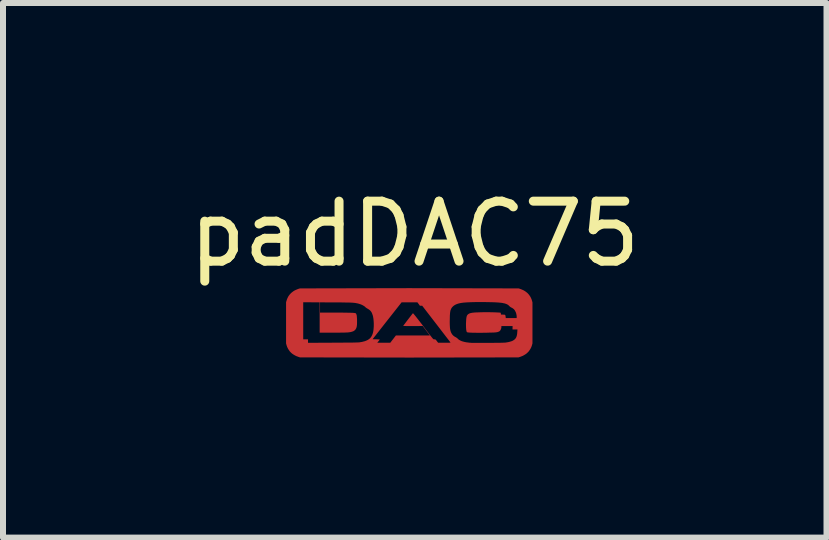
<source format=kicad_pcb>
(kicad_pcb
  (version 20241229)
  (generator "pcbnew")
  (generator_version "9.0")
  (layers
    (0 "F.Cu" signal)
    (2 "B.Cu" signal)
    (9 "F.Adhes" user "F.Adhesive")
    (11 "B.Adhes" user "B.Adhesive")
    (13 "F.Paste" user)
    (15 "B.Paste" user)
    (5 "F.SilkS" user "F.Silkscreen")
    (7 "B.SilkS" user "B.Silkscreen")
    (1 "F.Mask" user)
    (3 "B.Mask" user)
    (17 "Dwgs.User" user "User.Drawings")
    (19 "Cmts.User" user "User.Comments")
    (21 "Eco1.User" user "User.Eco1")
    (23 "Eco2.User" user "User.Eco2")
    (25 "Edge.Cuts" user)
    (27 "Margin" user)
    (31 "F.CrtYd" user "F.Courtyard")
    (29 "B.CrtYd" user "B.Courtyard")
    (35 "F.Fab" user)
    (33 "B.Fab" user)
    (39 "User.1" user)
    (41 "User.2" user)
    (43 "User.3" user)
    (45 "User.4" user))
  (footprint "padDAC75"
    (layer "F.Cu")
    (at 3.76 2.313)
    (property "Reference" "padDAC75" (at 0.103 -1.465 0) (unlocked yes) (layer "F.SilkS") (effects (font (size 1 1) (thickness 0.15))))
    (attr smd)
    (fp_poly (pts (xy -0.6 0.291) (xy -0.6 0.291) (xy -0.6 0.291)) (stroke (width -0.000001) (type solid)) (fill yes) (layer "F.Mask"))
    (fp_poly (pts (xy 0.017 -0.322) (xy 0.152 -0.321) (xy 0.389 -0.014) (xy 0.626 0.293) (xy 0.626 0.294) (xy 0.624 0.294) (xy 0.618 0.294) (xy 0.595 0.294) (xy 0.56 0.295) (xy 0.519 0.295) (xy 0.411 0.295) (xy 0.363 0.234) (xy 0.316 0.173) (xy 0.015 0.173) (xy -0.286 0.173) (xy -0.334 0.234) (xy -0.381 0.295) (xy -0.491 0.295) (xy -0.534 0.294) (xy -0.569 0.294) (xy -0.582 0.293) (xy -0.592 0.293) (xy -0.598 0.292) (xy -0.599 0.292) (xy -0.6 0.291) (xy -0.581 0.266) (xy -0.529 0.199) (xy -0.427 0.07) (xy -0.207 0.07) (xy -0.207 0.07) (xy -0.207 0.07) (xy -0.204 0.071) (xy -0.2 0.071) (xy -0.194 0.071) (xy -0.177 0.072) (xy -0.153 0.073) (xy -0.121 0.073) (xy -0.083 0.073) (xy 0.017 0.074) (xy 0.242 0.074) (xy 0.232 0.059) (xy 0.017 -0.217) (xy 0.014 -0.214) (xy 0.006 -0.206) (xy -0.019 -0.175) (xy -0.095 -0.079) (xy -0.171 0.02) (xy -0.197 0.054) (xy -0.207 0.07) (xy -0.427 0.07) (xy -0.359 -0.017) (xy -0.119 -0.323)) (stroke (width -0.000001) (type solid)) (fill yes) (layer "F.Mask"))
    (fp_poly (pts (xy -1.339 -0.321) (xy -1.118 -0.32) (xy -0.987 -0.319) (xy -0.919 -0.317) (xy -0.9 -0.315) (xy -0.886 -0.314) (xy -0.866 -0.31) (xy -0.846 -0.306) (xy -0.828 -0.301) (xy -0.811 -0.296) (xy -0.796 -0.291) (xy -0.781 -0.285) (xy -0.768 -0.279) (xy -0.755 -0.273) (xy -0.744 -0.265) (xy -0.733 -0.258) (xy -0.723 -0.25) (xy -0.715 -0.241) (xy -0.707 -0.232) (xy -0.699 -0.222) (xy -0.693 -0.211) (xy -0.687 -0.2) (xy -0.683 -0.191) (xy -0.679 -0.183) (xy -0.676 -0.175) (xy -0.673 -0.166) (xy -0.67 -0.158) (xy -0.668 -0.149) (xy -0.666 -0.139) (xy -0.665 -0.129) (xy -0.663 -0.119) (xy -0.662 -0.107) (xy -0.661 -0.094) (xy -0.661 -0.08) (xy -0.66 -0.065) (xy -0.66 -0.048) (xy -0.66 -0.01) (xy -0.66 0.04) (xy -0.66 0.059) (xy -0.661 0.075) (xy -0.662 0.087) (xy -0.663 0.098) (xy -0.665 0.108) (xy -0.667 0.117) (xy -0.67 0.132) (xy -0.675 0.146) (xy -0.68 0.159) (xy -0.685 0.172) (xy -0.691 0.183) (xy -0.698 0.195) (xy -0.706 0.205) (xy -0.714 0.215) (xy -0.722 0.224) (xy -0.732 0.232) (xy -0.742 0.24) (xy -0.753 0.247) (xy -0.764 0.253) (xy -0.777 0.259) (xy -0.79 0.265) (xy -0.803 0.269) (xy -0.828 0.277) (xy -0.839 0.28) (xy -0.845 0.282) (xy -0.85 0.283) (xy -0.857 0.284) (xy -0.863 0.285) (xy -0.87 0.286) (xy -0.878 0.287) (xy -0.887 0.288) (xy -0.896 0.288) (xy -0.918 0.29) (xy -0.944 0.291) (xy -0.976 0.291) (xy -1.014 0.292) (xy -1.059 0.292) (xy -1.174 0.293) (xy -1.327 0.294) (xy -1.755 0.295) (xy -1.755 -0.014) (xy -1.755 -0.205) (xy -1.561 -0.205) (xy -1.561 0.181) (xy -1.274 0.179) (xy -1.109 0.179) (xy -1.021 0.177) (xy -0.996 0.176) (xy -0.979 0.175) (xy -0.967 0.172) (xy -0.957 0.17) (xy -0.943 0.165) (xy -0.936 0.163) (xy -0.93 0.161) (xy -0.924 0.158) (xy -0.918 0.155) (xy -0.913 0.152) (xy -0.908 0.149) (xy -0.903 0.146) (xy -0.899 0.143) (xy -0.895 0.139) (xy -0.891 0.135) (xy -0.887 0.131) (xy -0.884 0.127) (xy -0.881 0.122) (xy -0.878 0.117) (xy -0.875 0.112) (xy -0.873 0.107) (xy -0.87 0.101) (xy -0.868 0.095) (xy -0.867 0.088) (xy -0.865 0.082) (xy -0.864 0.075) (xy -0.862 0.067) (xy -0.861 0.059) (xy -0.86 0.051) (xy -0.859 0.033) (xy -0.858 0.013) (xy -0.858 -0.008) (xy -0.859 -0.031) (xy -0.859 -0.051) (xy -0.861 -0.07) (xy -0.863 -0.087) (xy -0.866 -0.103) (xy -0.869 -0.117) (xy -0.874 -0.129) (xy -0.876 -0.135) (xy -0.879 -0.14) (xy -0.882 -0.146) (xy -0.885 -0.15) (xy -0.888 -0.155) (xy -0.892 -0.159) (xy -0.896 -0.163) (xy -0.9 -0.167) (xy -0.904 -0.171) (xy -0.909 -0.174) (xy -0.919 -0.181) (xy -0.931 -0.186) (xy -0.944 -0.191) (xy -0.958 -0.196) (xy -0.962 -0.197) (xy -0.966 -0.198) (xy -0.971 -0.199) (xy -0.978 -0.199) (xy -0.986 -0.2) (xy -0.997 -0.2) (xy -1.009 -0.201) (xy -1.024 -0.201) (xy -1.041 -0.202) (xy -1.062 -0.202) (xy -1.114 -0.203) (xy -1.183 -0.203) (xy -1.27 -0.204) (xy -1.561 -0.205) (xy -1.755 -0.205) (xy -1.755 -0.323)) (stroke (width -0.000001) (type solid)) (fill yes) (layer "F.Mask"))
    (fp_poly (pts (xy 1.358 -0.328) (xy 1.432 -0.326) (xy 1.491 -0.322) (xy 1.522 -0.32) (xy 1.55 -0.316) (xy 1.575 -0.311) (xy 1.599 -0.306) (xy 1.62 -0.299) (xy 1.638 -0.292) (xy 1.647 -0.287) (xy 1.655 -0.283) (xy 1.663 -0.278) (xy 1.67 -0.273) (xy 1.676 -0.268) (xy 1.682 -0.262) (xy 1.688 -0.256) (xy 1.693 -0.25) (xy 1.698 -0.243) (xy 1.702 -0.236) (xy 1.706 -0.228) (xy 1.71 -0.22) (xy 1.713 -0.212) (xy 1.716 -0.204) (xy 1.72 -0.185) (xy 1.723 -0.165) (xy 1.724 -0.143) (xy 1.725 -0.115) (xy 1.631 -0.114) (xy 1.537 -0.113) (xy 1.537 -0.13) (xy 1.537 -0.134) (xy 1.536 -0.138) (xy 1.536 -0.143) (xy 1.535 -0.147) (xy 1.534 -0.151) (xy 1.533 -0.155) (xy 1.532 -0.159) (xy 1.53 -0.162) (xy 1.529 -0.166) (xy 1.527 -0.17) (xy 1.525 -0.173) (xy 1.523 -0.176) (xy 1.521 -0.179) (xy 1.519 -0.181) (xy 1.517 -0.183) (xy 1.514 -0.185) (xy 1.512 -0.187) (xy 1.508 -0.189) (xy 1.505 -0.191) (xy 1.502 -0.192) (xy 1.494 -0.195) (xy 1.485 -0.198) (xy 1.474 -0.201) (xy 1.462 -0.203) (xy 1.448 -0.205) (xy 1.433 -0.206) (xy 1.415 -0.208) (xy 1.396 -0.209) (xy 1.374 -0.21) (xy 1.35 -0.211) (xy 1.323 -0.211) (xy 1.294 -0.212) (xy 1.226 -0.212) (xy 1.149 -0.212) (xy 1.086 -0.21) (xy 1.036 -0.208) (xy 0.996 -0.205) (xy 0.98 -0.202) (xy 0.965 -0.2) (xy 0.953 -0.197) (xy 0.942 -0.193) (xy 0.933 -0.189) (xy 0.925 -0.185) (xy 0.918 -0.18) (xy 0.911 -0.174) (xy 0.907 -0.17) (xy 0.905 -0.167) (xy 0.903 -0.165) (xy 0.901 -0.163) (xy 0.9 -0.16) (xy 0.898 -0.158) (xy 0.897 -0.155) (xy 0.895 -0.153) (xy 0.894 -0.15) (xy 0.893 -0.147) (xy 0.892 -0.144) (xy 0.891 -0.14) (xy 0.89 -0.137) (xy 0.889 -0.133) (xy 0.888 -0.129) (xy 0.887 -0.125) (xy 0.887 -0.12) (xy 0.886 -0.115) (xy 0.886 -0.11) (xy 0.885 -0.099) (xy 0.884 -0.086) (xy 0.884 -0.071) (xy 0.884 -0.055) (xy 0.883 -0.036) (xy 0.883 -0.016) (xy 0.884 0.024) (xy 0.884 0.055) (xy 0.885 0.068) (xy 0.886 0.079) (xy 0.887 0.089) (xy 0.888 0.098) (xy 0.89 0.106) (xy 0.892 0.113) (xy 0.895 0.119) (xy 0.897 0.125) (xy 0.901 0.13) (xy 0.904 0.135) (xy 0.909 0.14) (xy 0.913 0.145) (xy 0.916 0.147) (xy 0.92 0.15) (xy 0.923 0.153) (xy 0.926 0.155) (xy 0.93 0.158) (xy 0.934 0.16) (xy 0.938 0.162) (xy 0.943 0.164) (xy 0.948 0.166) (xy 0.953 0.168) (xy 0.958 0.17) (xy 0.964 0.171) (xy 0.97 0.173) (xy 0.976 0.174) (xy 0.99 0.176) (xy 1.006 0.178) (xy 1.024 0.18) (xy 1.044 0.181) (xy 1.066 0.182) (xy 1.09 0.183) (xy 1.117 0.184) (xy 1.146 0.184) (xy 1.179 0.184) (xy 1.292 0.183) (xy 1.383 0.18) (xy 1.419 0.178) (xy 1.448 0.176) (xy 1.469 0.174) (xy 1.482 0.171) (xy 1.49 0.169) (xy 1.497 0.166) (xy 1.503 0.163) (xy 1.509 0.16) (xy 1.512 0.158) (xy 1.514 0.156) (xy 1.517 0.155) (xy 1.519 0.153) (xy 1.522 0.151) (xy 1.524 0.149) (xy 1.526 0.147) (xy 1.528 0.145) (xy 1.529 0.142) (xy 1.531 0.14) (xy 1.533 0.137) (xy 1.534 0.135) (xy 1.535 0.132) (xy 1.537 0.13) (xy 1.538 0.127) (xy 1.539 0.124) (xy 1.54 0.121) (xy 1.54 0.118) (xy 1.542 0.111) (xy 1.543 0.104) (xy 1.544 0.096) (xy 1.545 0.07) (xy 1.735 0.07) (xy 1.735 0.107) (xy 1.735 0.12) (xy 1.734 0.131) (xy 1.733 0.143) (xy 1.732 0.153) (xy 1.731 0.163) (xy 1.729 0.173) (xy 1.726 0.182) (xy 1.724 0.191) (xy 1.721 0.199) (xy 1.717 0.206) (xy 1.713 0.213) (xy 1.709 0.22) (xy 1.704 0.226) (xy 1.699 0.232) (xy 1.694 0.238) (xy 1.688 0.243) (xy 1.681 0.248) (xy 1.674 0.253) (xy 1.667 0.258) (xy 1.659 0.262) (xy 1.651 0.266) (xy 1.642 0.27) (xy 1.633 0.273) (xy 1.623 0.276) (xy 1.613 0.279) (xy 1.602 0.282) (xy 1.59 0.285) (xy 1.578 0.287) (xy 1.565 0.289) (xy 1.551 0.291) (xy 1.537 0.293) (xy 1.522 0.295) (xy 1.489 0.297) (xy 1.433 0.298) (xy 1.28 0.3) (xy 1.118 0.3) (xy 1.05 0.3) (xy 1 0.299) (xy 1 0.299) (xy 0.96 0.297) (xy 0.925 0.294) (xy 0.896 0.291) (xy 0.882 0.29) (xy 0.869 0.288) (xy 0.858 0.285) (xy 0.846 0.283) (xy 0.836 0.28) (xy 0.826 0.277) (xy 0.816 0.274) (xy 0.806 0.27) (xy 0.797 0.266) (xy 0.787 0.262) (xy 0.779 0.258) (xy 0.771 0.253) (xy 0.763 0.248) (xy 0.756 0.242) (xy 0.749 0.237) (xy 0.742 0.231) (xy 0.736 0.224) (xy 0.73 0.217) (xy 0.724 0.21) (xy 0.719 0.203) (xy 0.714 0.195) (xy 0.71 0.187) (xy 0.706 0.179) (xy 0.703 0.17) (xy 0.7 0.161) (xy 0.697 0.152) (xy 0.694 0.14) (xy 0.692 0.125) (xy 0.69 0.108) (xy 0.688 0.088) (xy 0.686 0.045) (xy 0.684 -0.002) (xy 0.684 -0.049) (xy 0.686 -0.094) (xy 0.689 -0.132) (xy 0.69 -0.149) (xy 0.693 -0.163) (xy 0.694 -0.17) (xy 0.696 -0.177) (xy 0.698 -0.184) (xy 0.701 -0.191) (xy 0.703 -0.199) (xy 0.706 -0.206) (xy 0.709 -0.212) (xy 0.712 -0.219) (xy 0.716 -0.225) (xy 0.719 -0.231) (xy 0.723 -0.237) (xy 0.726 -0.243) (xy 0.73 -0.248) (xy 0.734 -0.252) (xy 0.738 -0.256) (xy 0.742 -0.26) (xy 0.748 -0.265) (xy 0.755 -0.27) (xy 0.763 -0.275) (xy 0.771 -0.28) (xy 0.78 -0.284) (xy 0.789 -0.289) (xy 0.799 -0.293) (xy 0.81 -0.297) (xy 0.82 -0.3) (xy 0.831 -0.304) (xy 0.843 -0.307) (xy 0.855 -0.31) (xy 0.867 -0.313) (xy 0.879 -0.315) (xy 0.892 -0.317) (xy 0.904 -0.319) (xy 0.952 -0.323) (xy 1.019 -0.326) (xy 1.098 -0.328) (xy 1.185 -0.329) (xy 1.273 -0.329)) (stroke (width -0.000001) (type solid)) (fill yes) (layer "F.Mask"))
    (fp_poly (pts (xy -1.6 -0.127) (xy 1.6 -0.127) (xy 1.6 0.152) (xy -1.6 0.152)) (stroke (width 0.4) (type solid)) (fill yes) (layer "B.Mask"))
    (pad "1" smd rect (at -1.905 -0.127) (size 0.12 0.06) (layers "F.Cu" "F.Mask" "F.Paste"))
    (pad "1" smd rect (at -1.905 0.254) (size 0.12 0.06) (layers "F.Cu" "F.Mask" "F.Paste"))
    (pad "1" smd custom (at 0 0.406) (size 0.051 0.051) (layers "F.Cu" "F.Mask" "F.Paste") (options (anchor circle)) (primitives (gr_poly (pts (xy -0.064 -0.013) (xy -0.063 -0.018) (xy -0.06 -0.022) (xy -0.056 -0.024) (xy -0.051 -0.025) (xy 0.051 -0.025) (xy 0.056 -0.024) (xy 0.06 -0.022) (xy 0.063 -0.018) (xy 0.064 -0.013) (xy 0.064 0.013) (xy 0.063 0.018) (xy 0.06 0.022) (xy 0.056 0.024) (xy 0.051 0.025) (xy -0.051 0.025) (xy -0.056 0.024) (xy -0.06 0.022) (xy -0.063 0.018) (xy -0.064 0.013)) (width 0) (fill yes)) (gr_poly (pts (xy 1.832 -0.962) (xy 1.836 -0.961) (xy 1.841 -0.96) (xy 1.847 -0.958) (xy 1.854 -0.956) (xy 1.861 -0.953) (xy 1.868 -0.951) (xy 1.876 -0.948) (xy 1.883 -0.945) (xy 1.899 -0.938) (xy 1.915 -0.931) (xy 1.929 -0.923) (xy 1.944 -0.914) (xy 1.957 -0.904) (xy 1.97 -0.894) (xy 1.982 -0.884) (xy 1.993 -0.872) (xy 2.004 -0.86) (xy 2.013 -0.848) (xy 2.022 -0.835) (xy 2.031 -0.821) (xy 2.038 -0.807) (xy 2.045 -0.792) (xy 2.051 -0.777) (xy 2.056 -0.761) (xy 2.065 -0.729) (xy 2.065 -0.045) (xy 2.056 -0.013) (xy 2.051 0.002) (xy 2.045 0.018) (xy 2.038 0.032) (xy 2.031 0.046) (xy 2.022 0.06) (xy 2.013 0.073) (xy 2.004 0.086) (xy 1.993 0.098) (xy 1.982 0.109) (xy 1.97 0.12) (xy 1.957 0.13) (xy 1.944 0.139) (xy 1.929 0.148) (xy 1.915 0.156) (xy 1.899 0.164) (xy 1.883 0.17) (xy 1.876 0.173) (xy 1.868 0.176) (xy 1.854 0.181) (xy 1.847 0.183) (xy 1.841 0.185) (xy 1.836 0.187) (xy 1.832 0.188) (xy 0.011 0.191) (xy -1.811 0.188) (xy -1.811 0.188) (xy -1.814 0.187) (xy -1.819 0.185) (xy -1.824 0.183) (xy -1.831 0.181) (xy -1.838 0.179) (xy -1.845 0.176) (xy -1.853 0.173) (xy -1.86 0.171) (xy -1.876 0.164) (xy -1.892 0.156) (xy -1.906 0.148) (xy -1.921 0.139) (xy -1.934 0.13) (xy -1.947 0.12) (xy -1.959 0.109) (xy -1.97 0.098) (xy -1.981 0.086) (xy -1.99 0.073) (xy -1.999 0.06) (xy -2.008 0.046) (xy -2.015 0.032) (xy -2.022 0.018) (xy -2.028 0.002) (xy -2.033 -0.013) (xy -2.042 -0.045) (xy -2.042 -0.729) (xy -2.042 -0.731) (xy -1.756 -0.731) (xy -1.756 -0.113) (xy -1.676 -0.113) (xy -1.676 -0.055) (xy -1.262 -0.057) (xy -0.937 -0.059) (xy -0.854 -0.061) (xy -0.817 -0.063) (xy -0.817 -0.063) (xy -0.796 -0.067) (xy -0.776 -0.07) (xy -0.758 -0.075) (xy -0.741 -0.079) (xy -0.724 -0.084) (xy -0.709 -0.09) (xy -0.695 -0.096) (xy -0.682 -0.102) (xy -0.671 -0.109) (xy -0.662 -0.115) (xy -0.6 -0.115) (xy -0.54 -0.114) (xy -0.517 -0.113) (xy -0.498 -0.112) (xy -0.49 -0.112) (xy -0.485 -0.111) (xy -0.481 -0.111) (xy -0.48 -0.111) (xy -0.48 -0.111) (xy -0.48 -0.11) (xy -0.48 -0.11) (xy -0.48 -0.109) (xy -0.481 -0.109) (xy -0.482 -0.108) (xy -0.484 -0.105) (xy -0.486 -0.101) (xy -0.489 -0.097) (xy -0.493 -0.092) (xy -0.497 -0.087) (xy -0.501 -0.082) (xy -0.522 -0.056) (xy -0.305 -0.056) (xy -0.258 -0.117) (xy -0.211 -0.178) (xy 0.075 -0.178) (xy 0.362 -0.178) (xy 0.388 -0.145) (xy 0.396 -0.135) (xy 0.4 -0.131) (xy 0.403 -0.127) (xy 0.405 -0.124) (xy 0.408 -0.121) (xy 0.41 -0.119) (xy 0.412 -0.117) (xy 0.414 -0.116) (xy 0.415 -0.115) (xy 0.416 -0.115) (xy 0.417 -0.114) (xy 0.418 -0.114) (xy 0.42 -0.114) (xy 0.423 -0.113) (xy 0.425 -0.113) (xy 0.431 -0.113) (xy 0.434 -0.113) (xy 0.437 -0.113) (xy 0.439 -0.113) (xy 0.44 -0.113) (xy 0.441 -0.113) (xy 0.442 -0.112) (xy 0.443 -0.112) (xy 0.444 -0.112) (xy 0.445 -0.111) (xy 0.446 -0.111) (xy 0.447 -0.111) (xy 0.448 -0.11) (xy 0.449 -0.109) (xy 0.45 -0.109) (xy 0.451 -0.108) (xy 0.452 -0.107) (xy 0.453 -0.106) (xy 0.454 -0.105) (xy 0.455 -0.104) (xy 0.458 -0.101) (xy 0.461 -0.098) (xy 0.464 -0.094) (xy 0.471 -0.084) (xy 0.493 -0.056) (xy 0.597 -0.056) (xy 0.651 -0.056) (xy 0.669 -0.056) (xy 0.682 -0.057) (xy 0.691 -0.058) (xy 0.696 -0.058) (xy 0.698 -0.059) (xy 0.698 -0.06) (xy 0.699 -0.06) (xy 0.698 -0.061) (xy 0.679 -0.087) (xy 0.627 -0.154) (xy 0.461 -0.37) (xy 0.437 -0.401) (xy 0.686 -0.401) (xy 0.687 -0.357) (xy 0.688 -0.337) (xy 0.689 -0.32) (xy 0.69 -0.303) (xy 0.692 -0.288) (xy 0.694 -0.275) (xy 0.697 -0.262) (xy 0.7 -0.25) (xy 0.704 -0.239) (xy 0.708 -0.229) (xy 0.712 -0.22) (xy 0.717 -0.211) (xy 0.723 -0.202) (xy 0.726 -0.198) (xy 0.728 -0.194) (xy 0.731 -0.19) (xy 0.735 -0.186) (xy 0.738 -0.183) (xy 0.741 -0.179) (xy 0.745 -0.176) (xy 0.748 -0.173) (xy 0.752 -0.17) (xy 0.756 -0.167) (xy 0.76 -0.164) (xy 0.764 -0.161) (xy 0.769 -0.158) (xy 0.774 -0.155) (xy 0.779 -0.152) (xy 0.784 -0.15) (xy 0.786 -0.149) (xy 0.788 -0.147) (xy 0.791 -0.146) (xy 0.793 -0.144) (xy 0.798 -0.141) (xy 0.803 -0.138) (xy 0.808 -0.134) (xy 0.813 -0.13) (xy 0.815 -0.128) (xy 0.817 -0.126) (xy 0.819 -0.125) (xy 0.821 -0.123) (xy 0.829 -0.115) (xy 0.837 -0.108) (xy 0.847 -0.102) (xy 0.858 -0.096) (xy 0.869 -0.09) (xy 0.881 -0.085) (xy 0.894 -0.08) (xy 0.909 -0.076) (xy 0.923 -0.072) (xy 0.939 -0.068) (xy 0.956 -0.065) (xy 0.974 -0.062) (xy 0.993 -0.06) (xy 1.013 -0.057) (xy 1.034 -0.056) (xy 1.055 -0.054) (xy 1.085 -0.054) (xy 1.147 -0.054) (xy 1.334 -0.054) (xy 1.464 -0.055) (xy 1.547 -0.056) (xy 1.598 -0.058) (xy 1.615 -0.059) (xy 1.629 -0.061) (xy 1.629 -0.061) (xy 1.629 -0.061) (xy 1.647 -0.064) (xy 1.664 -0.067) (xy 1.68 -0.071) (xy 1.695 -0.075) (xy 1.708 -0.079) (xy 1.72 -0.083) (xy 1.726 -0.085) (xy 1.731 -0.088) (xy 1.736 -0.09) (xy 1.74 -0.093) (xy 1.749 -0.098) (xy 1.754 -0.101) (xy 1.758 -0.104) (xy 1.762 -0.107) (xy 1.765 -0.11) (xy 1.769 -0.113) (xy 1.772 -0.116) (xy 1.775 -0.119) (xy 1.778 -0.122) (xy 1.781 -0.126) (xy 1.784 -0.129) (xy 1.786 -0.133) (xy 1.789 -0.137) (xy 1.791 -0.141) (xy 1.793 -0.145) (xy 1.795 -0.149) (xy 1.797 -0.153) (xy 1.799 -0.158) (xy 1.8 -0.163) (xy 1.802 -0.167) (xy 1.803 -0.173) (xy 1.805 -0.178) (xy 1.806 -0.183) (xy 1.807 -0.189) (xy 1.808 -0.195) (xy 1.81 -0.208) (xy 1.811 -0.221) (xy 1.812 -0.236) (xy 1.815 -0.277) (xy 1.773 -0.277) (xy 1.732 -0.277) (xy 1.733 -0.305) (xy 1.734 -0.334) (xy 1.547 -0.334) (xy 1.547 -0.322) (xy 1.547 -0.315) (xy 1.546 -0.309) (xy 1.545 -0.303) (xy 1.544 -0.297) (xy 1.542 -0.291) (xy 1.54 -0.285) (xy 1.538 -0.28) (xy 1.536 -0.275) (xy 1.533 -0.27) (xy 1.531 -0.265) (xy 1.527 -0.261) (xy 1.524 -0.257) (xy 1.521 -0.253) (xy 1.517 -0.25) (xy 1.513 -0.247) (xy 1.509 -0.244) (xy 1.503 -0.242) (xy 1.497 -0.239) (xy 1.491 -0.237) (xy 1.488 -0.236) (xy 1.485 -0.235) (xy 1.482 -0.234) (xy 1.478 -0.233) (xy 1.47 -0.232) (xy 1.461 -0.23) (xy 1.451 -0.229) (xy 1.439 -0.228) (xy 1.426 -0.227) (xy 1.41 -0.226) (xy 1.392 -0.226) (xy 1.371 -0.225) (xy 1.348 -0.225) (xy 1.292 -0.223) (xy 1.178 -0.222) (xy 1.082 -0.223) (xy 1.044 -0.224) (xy 1.013 -0.226) (xy 0.991 -0.228) (xy 0.983 -0.229) (xy 0.978 -0.231) (xy 0.978 -0.231) (xy 0.977 -0.231) (xy 0.976 -0.232) (xy 0.976 -0.232) (xy 0.975 -0.232) (xy 0.974 -0.233) (xy 0.974 -0.233) (xy 0.973 -0.233) (xy 0.973 -0.234) (xy 0.972 -0.234) (xy 0.972 -0.235) (xy 0.971 -0.235) (xy 0.971 -0.236) (xy 0.97 -0.236) (xy 0.97 -0.237) (xy 0.97 -0.238) (xy 0.969 -0.238) (xy 0.969 -0.239) (xy 0.968 -0.24) (xy 0.968 -0.241) (xy 0.968 -0.242) (xy 0.967 -0.243) (xy 0.967 -0.244) (xy 0.967 -0.245) (xy 0.966 -0.247) (xy 0.965 -0.249) (xy 0.965 -0.252) (xy 0.964 -0.255) (xy 0.962 -0.266) (xy 0.96 -0.279) (xy 0.959 -0.293) (xy 0.958 -0.309) (xy 0.957 -0.344) (xy 0.957 -0.381) (xy 0.959 -0.418) (xy 0.961 -0.451) (xy 0.963 -0.466) (xy 0.965 -0.479) (xy 0.967 -0.49) (xy 0.97 -0.498) (xy 0.971 -0.502) (xy 0.972 -0.505) (xy 0.974 -0.508) (xy 0.975 -0.511) (xy 0.977 -0.514) (xy 0.979 -0.517) (xy 0.981 -0.519) (xy 0.983 -0.522) (xy 0.985 -0.524) (xy 0.987 -0.527) (xy 0.99 -0.529) (xy 0.992 -0.531) (xy 0.995 -0.533) (xy 0.998 -0.535) (xy 1.001 -0.537) (xy 1.005 -0.539) (xy 1.008 -0.541) (xy 1.011 -0.543) (xy 1.015 -0.544) (xy 1.019 -0.546) (xy 1.023 -0.547) (xy 1.027 -0.549) (xy 1.032 -0.55) (xy 1.036 -0.551) (xy 1.041 -0.552) (xy 1.046 -0.553) (xy 1.057 -0.555) (xy 1.068 -0.557) (xy 1.08 -0.558) (xy 1.109 -0.561) (xy 1.148 -0.562) (xy 1.195 -0.564) (xy 1.245 -0.565) (xy 1.298 -0.565) (xy 1.35 -0.565) (xy 1.398 -0.564) (xy 1.44 -0.563) (xy 1.476 -0.561) (xy 1.506 -0.56) (xy 1.526 -0.558) (xy 1.532 -0.558) (xy 1.534 -0.557) (xy 1.534 -0.557) (xy 1.534 -0.557) (xy 1.535 -0.557) (xy 1.535 -0.556) (xy 1.535 -0.555) (xy 1.535 -0.555) (xy 1.536 -0.554) (xy 1.536 -0.553) (xy 1.536 -0.552) (xy 1.537 -0.549) (xy 1.537 -0.546) (xy 1.538 -0.543) (xy 1.538 -0.54) (xy 1.54 -0.525) (xy 1.574 -0.525) (xy 1.587 -0.524) (xy 1.592 -0.524) (xy 1.596 -0.524) (xy 1.598 -0.524) (xy 1.6 -0.523) (xy 1.602 -0.523) (xy 1.604 -0.523) (xy 1.605 -0.522) (xy 1.606 -0.521) (xy 1.607 -0.521) (xy 1.608 -0.52) (xy 1.609 -0.519) (xy 1.61 -0.518) (xy 1.611 -0.517) (xy 1.612 -0.515) (xy 1.613 -0.514) (xy 1.613 -0.512) (xy 1.614 -0.51) (xy 1.614 -0.509) (xy 1.615 -0.504) (xy 1.616 -0.499) (xy 1.618 -0.487) (xy 1.62 -0.467) (xy 1.802 -0.467) (xy 1.802 -0.487) (xy 1.802 -0.497) (xy 1.801 -0.506) (xy 1.8 -0.516) (xy 1.798 -0.525) (xy 1.796 -0.534) (xy 1.794 -0.544) (xy 1.791 -0.553) (xy 1.788 -0.562) (xy 1.784 -0.57) (xy 1.78 -0.578) (xy 1.776 -0.586) (xy 1.772 -0.594) (xy 1.767 -0.601) (xy 1.762 -0.607) (xy 1.757 -0.613) (xy 1.752 -0.618) (xy 1.75 -0.62) (xy 1.748 -0.621) (xy 1.746 -0.623) (xy 1.744 -0.624) (xy 1.739 -0.628) (xy 1.735 -0.631) (xy 1.73 -0.634) (xy 1.724 -0.637) (xy 1.722 -0.638) (xy 1.72 -0.64) (xy 1.717 -0.641) (xy 1.715 -0.642) (xy 1.713 -0.643) (xy 1.71 -0.644) (xy 1.708 -0.645) (xy 1.706 -0.647) (xy 1.703 -0.648) (xy 1.701 -0.65) (xy 1.698 -0.651) (xy 1.696 -0.653) (xy 1.694 -0.655) (xy 1.692 -0.656) (xy 1.689 -0.658) (xy 1.687 -0.66) (xy 1.686 -0.661) (xy 1.684 -0.663) (xy 1.682 -0.665) (xy 1.681 -0.666) (xy 1.676 -0.671) (xy 1.671 -0.676) (xy 1.666 -0.68) (xy 1.661 -0.685) (xy 1.655 -0.689) (xy 1.648 -0.693) (xy 1.642 -0.696) (xy 1.634 -0.7) (xy 1.626 -0.703) (xy 1.618 -0.706) (xy 1.609 -0.709) (xy 1.599 -0.712) (xy 1.589 -0.714) (xy 1.578 -0.716) (xy 1.566 -0.719) (xy 1.553 -0.721) (xy 1.525 -0.724) (xy 1.494 -0.727) (xy 1.459 -0.729) (xy 1.42 -0.731) (xy 1.376 -0.732) (xy 1.328 -0.733) (xy 1.274 -0.734) (xy 1.215 -0.734) (xy 1.118 -0.734) (xy 1.037 -0.732) (xy 0.971 -0.729) (xy 0.917 -0.725) (xy 0.894 -0.722) (xy 0.873 -0.719) (xy 0.854 -0.715) (xy 0.836 -0.711) (xy 0.82 -0.706) (xy 0.805 -0.701) (xy 0.79 -0.695) (xy 0.776 -0.688) (xy 0.771 -0.685) (xy 0.766 -0.682) (xy 0.762 -0.679) (xy 0.757 -0.676) (xy 0.752 -0.672) (xy 0.748 -0.669) (xy 0.743 -0.665) (xy 0.739 -0.661) (xy 0.735 -0.657) (xy 0.731 -0.653) (xy 0.727 -0.649) (xy 0.724 -0.644) (xy 0.72 -0.64) (xy 0.717 -0.636) (xy 0.715 -0.632) (xy 0.712 -0.627) (xy 0.709 -0.62) (xy 0.706 -0.613) (xy 0.703 -0.606) (xy 0.7 -0.599) (xy 0.698 -0.592) (xy 0.696 -0.584) (xy 0.695 -0.575) (xy 0.693 -0.566) (xy 0.692 -0.556) (xy 0.691 -0.545) (xy 0.69 -0.533) (xy 0.689 -0.52) (xy 0.688 -0.505) (xy 0.688 -0.489) (xy 0.687 -0.452) (xy 0.686 -0.401) (xy 0.437 -0.401) (xy 0.227 -0.673) (xy 0.208 -0.673) (xy 0.189 -0.673) (xy 0.168 -0.702) (xy 0.147 -0.73) (xy 0.015 -0.73) (xy -0.116 -0.73) (xy -0.358 -0.423) (xy -0.6 -0.115) (xy -0.662 -0.115) (xy -0.66 -0.117) (xy -0.649 -0.125) (xy -0.64 -0.134) (xy -0.632 -0.143) (xy -0.624 -0.153) (xy -0.618 -0.164) (xy -0.612 -0.175) (xy -0.608 -0.182) (xy -0.605 -0.189) (xy -0.603 -0.195) (xy -0.6 -0.202) (xy -0.598 -0.208) (xy -0.596 -0.215) (xy -0.594 -0.222) (xy -0.592 -0.229) (xy -0.59 -0.236) (xy -0.589 -0.244) (xy -0.588 -0.252) (xy -0.586 -0.261) (xy -0.585 -0.27) (xy -0.584 -0.28) (xy -0.582 -0.303) (xy -0.581 -0.317) (xy -0.58 -0.331) (xy -0.58 -0.345) (xy -0.58 -0.358) (xy -0.58 -0.371) (xy -0.58 -0.385) (xy -0.581 -0.399) (xy -0.582 -0.415) (xy -0.584 -0.437) (xy -0.586 -0.457) (xy -0.589 -0.476) (xy -0.592 -0.493) (xy -0.596 -0.509) (xy -0.601 -0.524) (xy -0.606 -0.538) (xy -0.611 -0.551) (xy -0.617 -0.563) (xy -0.624 -0.574) (xy -0.632 -0.584) (xy -0.64 -0.593) (xy -0.65 -0.602) (xy -0.66 -0.609) (xy -0.671 -0.617) (xy -0.682 -0.623) (xy -0.685 -0.625) (xy -0.688 -0.626) (xy -0.693 -0.63) (xy -0.699 -0.633) (xy -0.704 -0.637) (xy -0.71 -0.641) (xy -0.715 -0.645) (xy -0.719 -0.649) (xy -0.722 -0.651) (xy -0.723 -0.653) (xy -0.727 -0.657) (xy -0.732 -0.661) (xy -0.737 -0.664) (xy -0.743 -0.668) (xy -0.749 -0.672) (xy -0.756 -0.676) (xy -0.763 -0.68) (xy -0.77 -0.684) (xy -0.777 -0.687) (xy -0.785 -0.691) (xy -0.793 -0.694) (xy -0.801 -0.697) (xy -0.809 -0.7) (xy -0.817 -0.702) (xy -0.825 -0.705) (xy -0.832 -0.707) (xy -0.847 -0.711) (xy -0.86 -0.714) (xy -0.873 -0.716) (xy -0.887 -0.719) (xy -0.902 -0.721) (xy -0.918 -0.722) (xy -0.938 -0.724) (xy -0.961 -0.725) (xy -0.988 -0.726) (xy -1.02 -0.727) (xy -1.057 -0.727) (xy -1.101 -0.728) (xy -1.21 -0.729) (xy -1.354 -0.729) (xy -1.756 -0.731) (xy -2.042 -0.731) (xy -2.033 -0.761) (xy -2.028 -0.777) (xy -2.022 -0.792) (xy -2.015 -0.807) (xy -2.008 -0.821) (xy -2 -0.835) (xy -1.99 -0.848) (xy -1.981 -0.86) (xy -1.97 -0.872) (xy -1.959 -0.884) (xy -1.947 -0.894) (xy -1.934 -0.904) (xy -1.921 -0.914) (xy -1.907 -0.923) (xy -1.892 -0.931) (xy -1.877 -0.938) (xy -1.86 -0.945) (xy -1.853 -0.948) (xy -1.846 -0.951) (xy -1.831 -0.956) (xy -1.824 -0.958) (xy -1.818 -0.96) (xy -1.813 -0.961) (xy -1.809 -0.962) (xy 0.011 -0.966)) (width 0) (fill yes)) (gr_line (start 0.235 -0.341) (end 0.37 -0.162) (width 0.006)) (gr_poly (pts (xy 0.073 -0.547) (xy 0.073 -0.547) (xy 0.074 -0.546) (xy 0.075 -0.546) (xy 0.076 -0.545) (xy 0.078 -0.544) (xy 0.079 -0.543) (xy 0.08 -0.541) (xy 0.082 -0.54) (xy 0.084 -0.538) (xy 0.086 -0.536) (xy 0.09 -0.531) (xy 0.095 -0.524) (xy 0.101 -0.517) (xy 0.108 -0.509) (xy 0.116 -0.499) (xy 0.124 -0.489) (xy 0.134 -0.476) (xy 0.156 -0.448) (xy 0.241 -0.339) (xy 0.241 -0.338) (xy 0.241 -0.338) (xy 0.241 -0.338) (xy 0.24 -0.337) (xy 0.24 -0.337) (xy 0.238 -0.337) (xy 0.235 -0.336) (xy 0.231 -0.336) (xy 0.226 -0.336) (xy 0.219 -0.335) (xy 0.21 -0.335) (xy 0.2 -0.335) (xy 0.188 -0.335) (xy 0.159 -0.334) (xy 0.122 -0.334) (xy 0.076 -0.334) (xy -0.007 -0.334) (xy -0.058 -0.335) (xy -0.073 -0.336) (xy -0.083 -0.336) (xy -0.088 -0.337) (xy -0.089 -0.338) (xy -0.089 -0.339) (xy -0.089 -0.339) (xy -0.01 -0.443) (xy 0.045 -0.514) (xy 0.063 -0.537) (xy 0.071 -0.547) (xy 0.071 -0.547) (xy 0.071 -0.547) (xy 0.072 -0.547) (xy 0.072 -0.547)) (width 0) (fill yes)) (gr_line (start -1.479 -0.739) (end -1.479 -0.554) (width 0.006)) (gr_poly (pts (xy -1.226 -0.559) (xy -1.072 -0.558) (xy -0.968 -0.556) (xy -0.933 -0.555) (xy -0.907 -0.553) (xy -0.89 -0.55) (xy -0.88 -0.547) (xy -0.88 -0.547) (xy -0.879 -0.547) (xy -0.879 -0.547) (xy -0.879 -0.546) (xy -0.878 -0.546) (xy -0.878 -0.545) (xy -0.877 -0.544) (xy -0.876 -0.543) (xy -0.875 -0.541) (xy -0.874 -0.539) (xy -0.873 -0.538) (xy -0.872 -0.536) (xy -0.871 -0.533) (xy -0.871 -0.531) (xy -0.87 -0.529) (xy -0.869 -0.526) (xy -0.868 -0.523) (xy -0.867 -0.521) (xy -0.866 -0.518) (xy -0.864 -0.51) (xy -0.863 -0.5) (xy -0.862 -0.489) (xy -0.861 -0.476) (xy -0.859 -0.448) (xy -0.859 -0.418) (xy -0.859 -0.388) (xy -0.86 -0.36) (xy -0.861 -0.348) (xy -0.863 -0.336) (xy -0.864 -0.327) (xy -0.866 -0.319) (xy -0.868 -0.313) (xy -0.869 -0.308) (xy -0.871 -0.302) (xy -0.873 -0.297) (xy -0.876 -0.293) (xy -0.878 -0.288) (xy -0.881 -0.284) (xy -0.883 -0.28) (xy -0.886 -0.276) (xy -0.889 -0.272) (xy -0.893 -0.268) (xy -0.896 -0.265) (xy -0.9 -0.262) (xy -0.904 -0.259) (xy -0.908 -0.256) (xy -0.912 -0.253) (xy -0.917 -0.25) (xy -0.922 -0.248) (xy -0.927 -0.246) (xy -0.933 -0.244) (xy -0.938 -0.242) (xy -0.945 -0.24) (xy -0.951 -0.238) (xy -0.958 -0.236) (xy -0.965 -0.235) (xy -0.972 -0.233) (xy -0.987 -0.231) (xy -1.004 -0.229) (xy -1.023 -0.227) (xy -1.036 -0.227) (xy -1.057 -0.226) (xy -1.116 -0.225) (xy -1.192 -0.224) (xy -1.275 -0.224) (xy -1.482 -0.224) (xy -1.482 -0.391) (xy -1.482 -0.559)) (width 0) (fill yes)))))
  (gr_rect
    (start -3 -3)
    (end 10.726 5.911)
    (stroke (width 0.1) (type default))
    (fill no)
    (layer "Edge.Cuts")))
</source>
